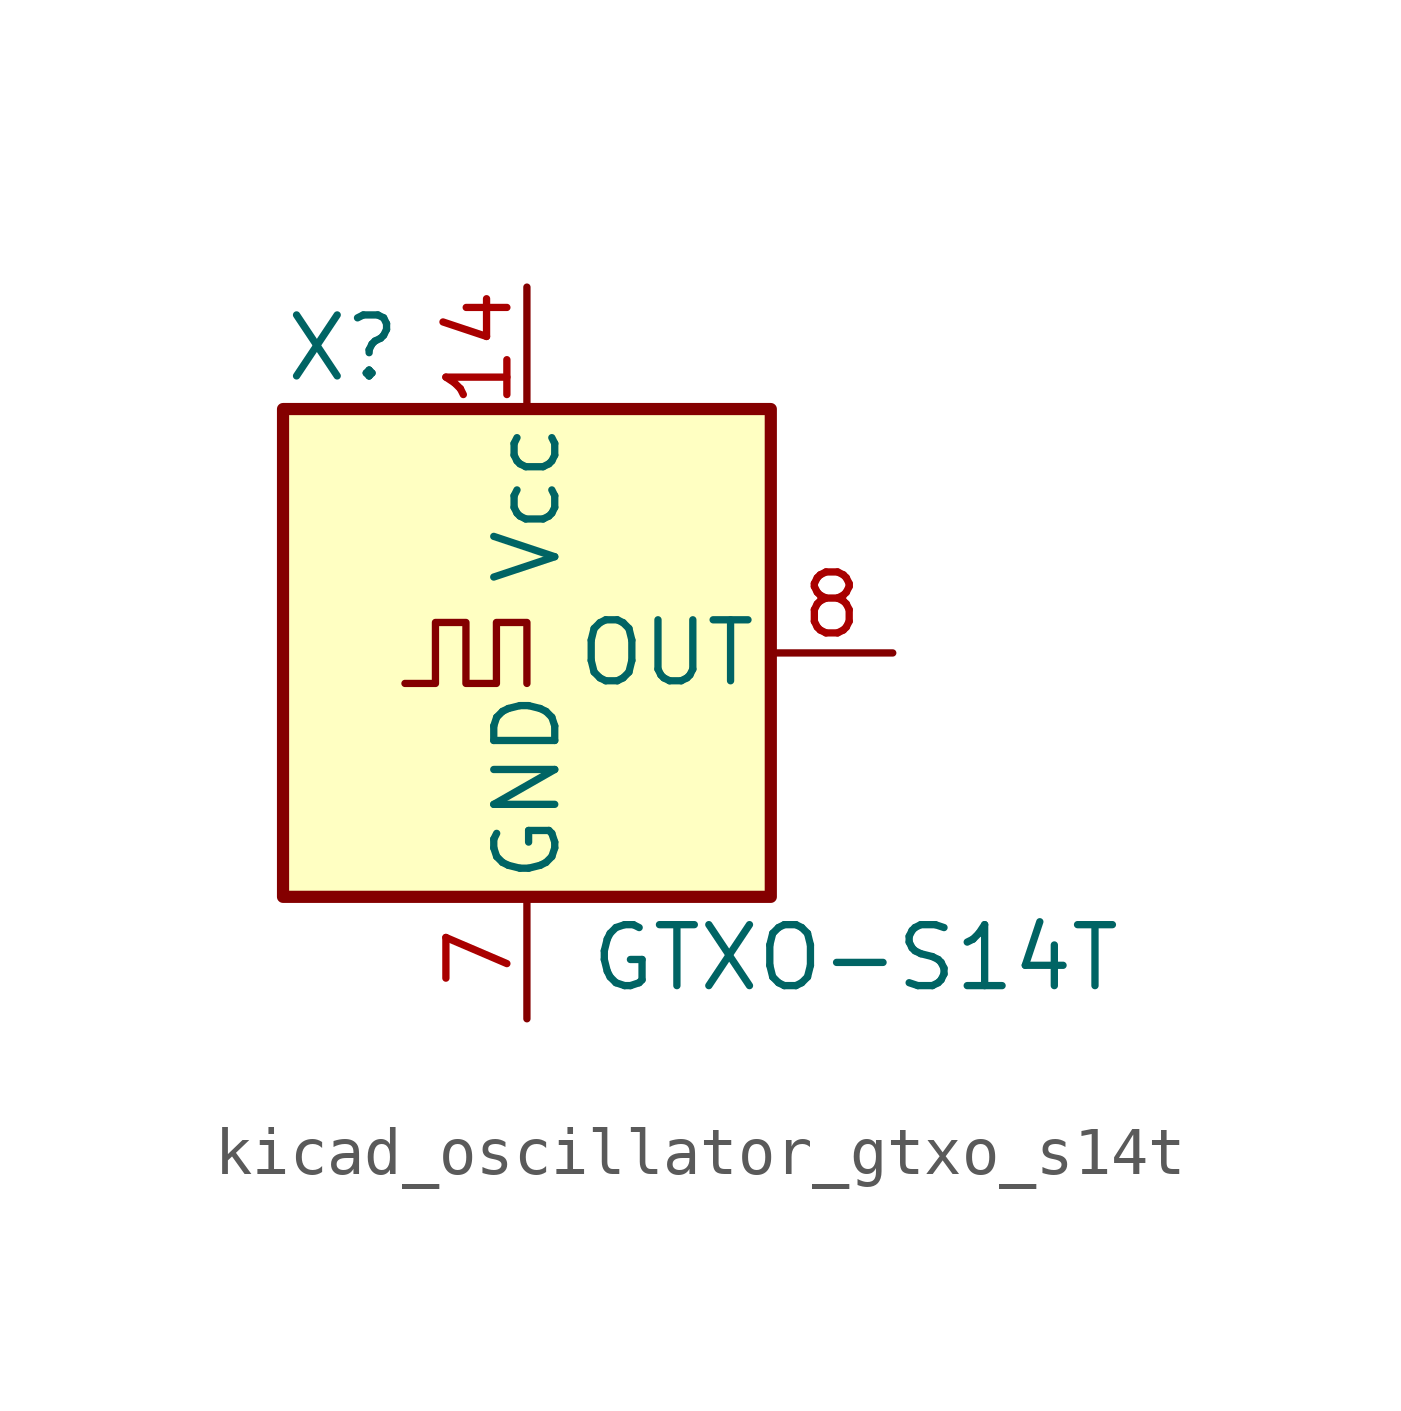
<source format=kicad_sym>
(kicad_symbol_lib
  (version 20220914)
  (generator kicad_symbol_editor)
  (symbol "kicad_oscillator_gtxo_s14t"
    (pin_names
      (offset 0.254))
    (property "Reference" "X"
      (at -5.08 6.35 0)
      (effects (font (size 1.27 1.27)) (justify left)))
    (property "Value" "GTXO-S14T"
      (at 1.27 -6.35 0)
      (effects (font (size 1.27 1.27)) (justify left)))
    (symbol "kicad_oscillator_gtxo_s14t_0_1"
      (rectangle (start -5.08 5.08) (end 5.08 -5.08) (stroke (width 0.254) (type default)) (fill (type background)))
      (polyline (pts (xy -2.54 -0.635) (xy -1.905 -0.635) (xy -1.905 0.635) (xy -1.27 0.635) (xy -1.27 -0.635) (xy -0.635 -0.635) (xy -0.635 0.635) (xy 0 0.635) (xy 0 -0.635)) (stroke (width 0) (type default)) (fill (type none))))
    (symbol "kicad_oscillator_gtxo_s14t_1_1"
      (pin no_connect line (at -5.08 2.54 0) (length 2.54) hide (name "NC" (effects (font (size 1.27 1.27)))) (number "1" (effects (font (size 1.27 1.27)))))
      (pin power_in line (at 0 7.62 270) (length 2.54) (name "Vcc" (effects (font (size 1.27 1.27)))) (number "14" (effects (font (size 1.27 1.27)))))
      (pin power_in line (at 0 -7.62 90) (length 2.54) (name "GND" (effects (font (size 1.27 1.27)))) (number "7" (effects (font (size 1.27 1.27)))))
      (pin output line (at 7.62 0 180) (length 2.54) (name "OUT" (effects (font (size 1.27 1.27)))) (number "8" (effects (font (size 1.27 1.27))))))))
</source>
